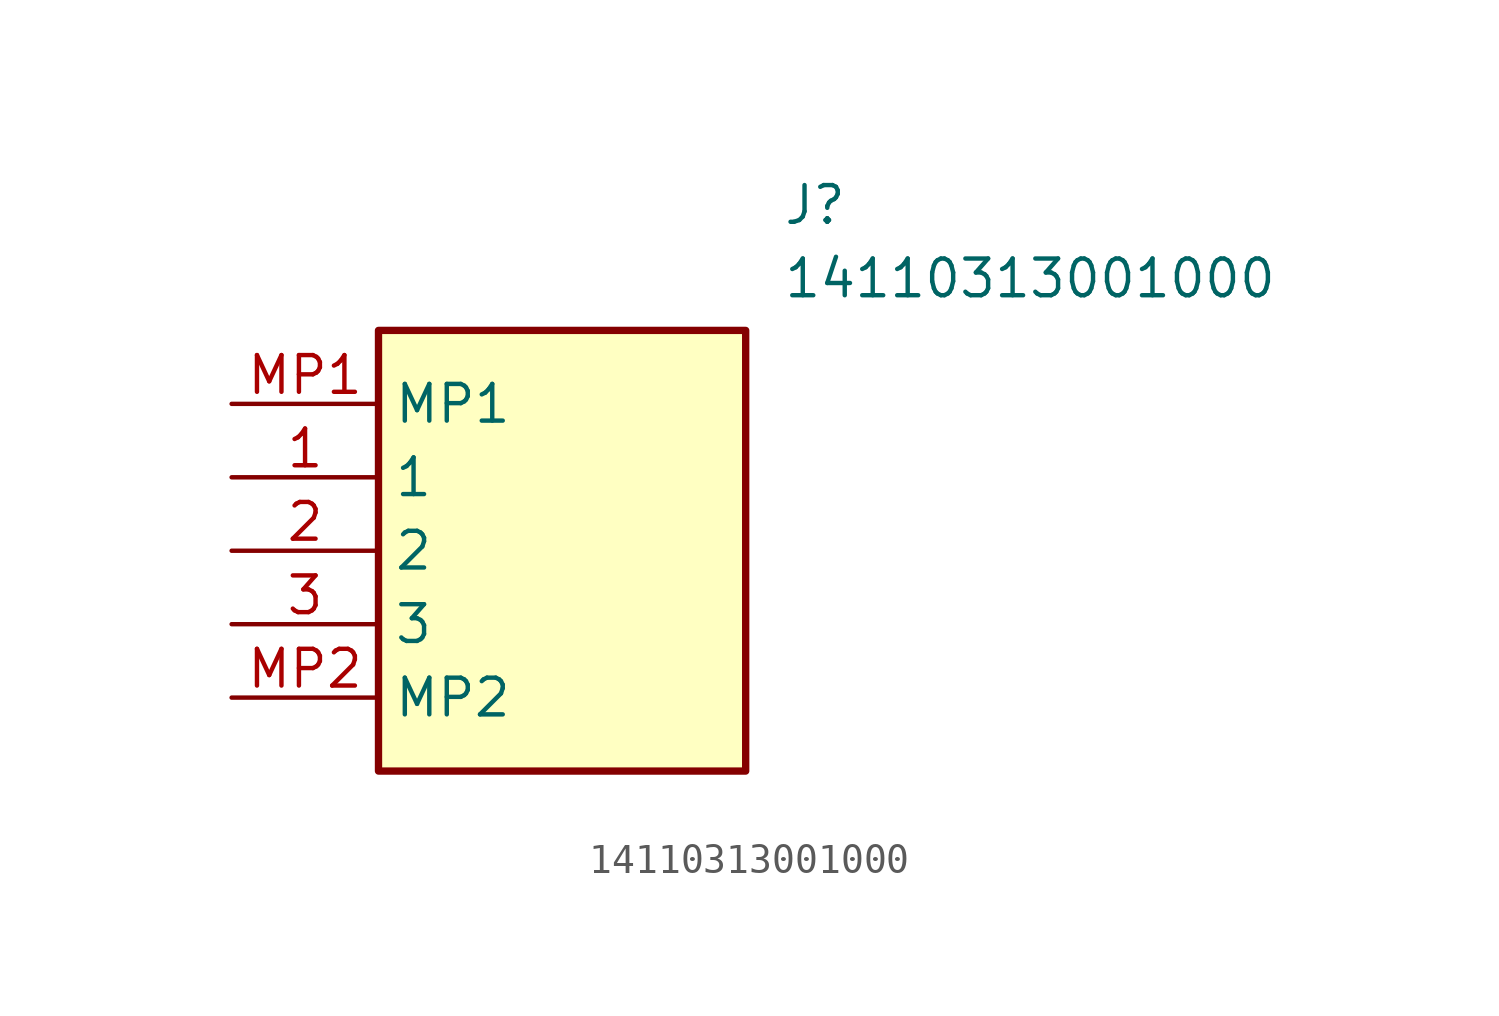
<source format=kicad_sym>
(kicad_symbol_lib
  (version 20211014)
  (generator SamacSys_ECAD_Model)
  (symbol "14110313001000"
    (property "Reference" "J"
      (at 19.05 7.62 0)
      (effects (font (size 1.27 1.27)) (justify left top)))
    (property "Value" "14110313001000"
      (at 19.05 5.08 0)
      (effects (font (size 1.27 1.27)) (justify left top)))
    (rectangle
      (start 5.08 2.54)
      (end 17.78 -12.7)
      (stroke (width 0.254) (type default))
      (fill (type background)))
    (pin passive line
      (at 0 -2.54 0)
      (length 5.08)
      (name "1" (effects (font (size 1.27 1.27))))
      (number "1" (effects (font (size 1.27 1.27)))))
    (pin passive line
      (at 0 -5.08 0)
      (length 5.08)
      (name "2" (effects (font (size 1.27 1.27))))
      (number "2" (effects (font (size 1.27 1.27)))))
    (pin passive line
      (at 0 -7.62 0)
      (length 5.08)
      (name "3" (effects (font (size 1.27 1.27))))
      (number "3" (effects (font (size 1.27 1.27)))))
    (pin passive line
      (at 0 0 0)
      (length 5.08)
      (name "MP1" (effects (font (size 1.27 1.27))))
      (number "MP1" (effects (font (size 1.27 1.27)))))
    (pin passive line
      (at 0 -10.16 0)
      (length 5.08)
      (name "MP2" (effects (font (size 1.27 1.27))))
      (number "MP2" (effects (font (size 1.27 1.27)))))))
</source>
